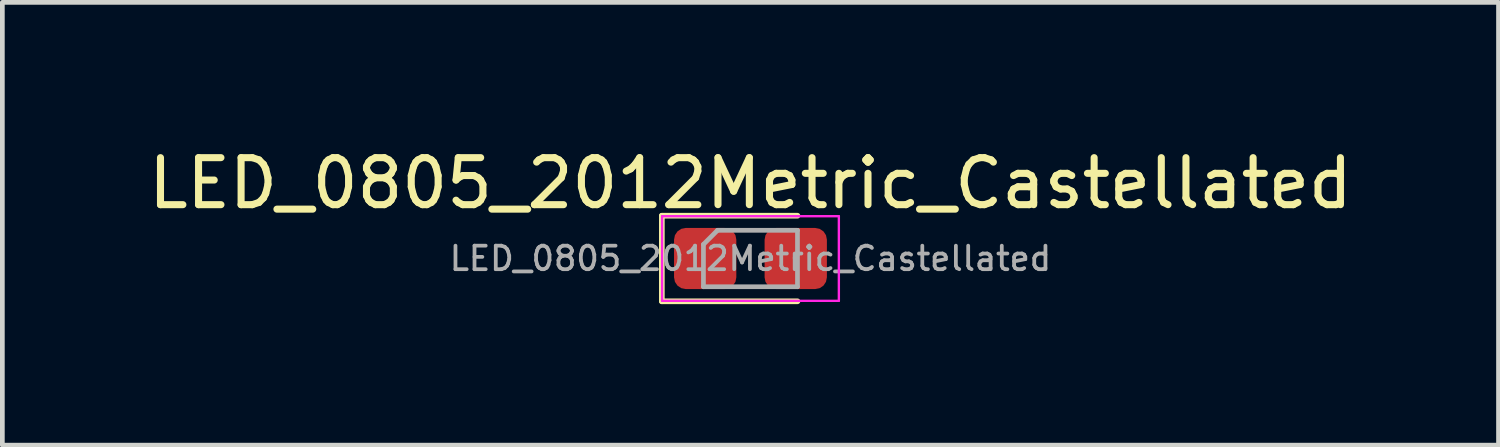
<source format=kicad_pcb>
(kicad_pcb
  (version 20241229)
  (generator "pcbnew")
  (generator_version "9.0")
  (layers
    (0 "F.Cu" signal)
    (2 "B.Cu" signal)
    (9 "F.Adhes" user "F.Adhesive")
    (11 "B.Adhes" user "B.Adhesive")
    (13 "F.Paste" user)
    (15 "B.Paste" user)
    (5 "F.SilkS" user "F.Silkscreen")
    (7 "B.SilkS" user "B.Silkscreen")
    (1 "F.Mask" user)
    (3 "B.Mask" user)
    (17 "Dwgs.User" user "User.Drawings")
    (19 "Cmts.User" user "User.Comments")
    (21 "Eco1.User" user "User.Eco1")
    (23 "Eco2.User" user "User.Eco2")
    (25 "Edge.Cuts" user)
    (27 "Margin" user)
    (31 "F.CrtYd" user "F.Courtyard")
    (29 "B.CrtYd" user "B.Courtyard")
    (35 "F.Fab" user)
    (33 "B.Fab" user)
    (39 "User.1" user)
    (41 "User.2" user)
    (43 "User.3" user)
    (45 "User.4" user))
  (footprint "LED_0805_2012Metric_Castellated"
    (layer "F.Cu")
    (at 12.911 2.448)
    (property "Reference" "LED_0805_2012Metric_Castellated" (at 0 -1.6 0) (layer "F.SilkS") (effects (font (size 1 1) (thickness 0.15))))
    (attr smd)
    (fp_line (start -1.885 -0.91) (end -1.885 0.91) (stroke (width 0.12) (type solid)) (layer "F.SilkS"))
    (fp_line (start -1.885 0.91) (end 1 0.91) (stroke (width 0.12) (type solid)) (layer "F.SilkS"))
    (fp_line (start 1 -0.91) (end -1.885 -0.91) (stroke (width 0.12) (type solid)) (layer "F.SilkS"))
    (fp_line (start -1.88 -0.9) (end 1.88 -0.9) (stroke (width 0.05) (type solid)) (layer "F.CrtYd"))
    (fp_line (start -1.88 0.9) (end -1.88 -0.9) (stroke (width 0.05) (type solid)) (layer "F.CrtYd"))
    (fp_line (start 1.88 -0.9) (end 1.88 0.9) (stroke (width 0.05) (type solid)) (layer "F.CrtYd"))
    (fp_line (start 1.88 0.9) (end -1.88 0.9) (stroke (width 0.05) (type solid)) (layer "F.CrtYd"))
    (fp_line (start -1 -0.3) (end -1 0.6) (stroke (width 0.1) (type solid)) (layer "F.Fab"))
    (fp_line (start -1 0.6) (end 1 0.6) (stroke (width 0.1) (type solid)) (layer "F.Fab"))
    (fp_line (start -0.7 -0.6) (end -1 -0.3) (stroke (width 0.1) (type solid)) (layer "F.Fab"))
    (fp_line (start 1 -0.6) (end -0.7 -0.6) (stroke (width 0.1) (type solid)) (layer "F.Fab"))
    (fp_line (start 1 0.6) (end 1 -0.6) (stroke (width 0.1) (type solid)) (layer "F.Fab"))
    (fp_text user "${REFERENCE}" (at 0 0 0) (layer "F.Fab") (effects (font (size 0.5 0.5) (thickness 0.08))))
    (pad "1" smd roundrect (at -0.963 0) (size 1.325 1.3) (layers "F.Cu" "F.Mask" "F.Paste") (roundrect_rratio 0.192))
    (pad "2" smd roundrect (at 0.963 0) (size 1.325 1.3) (layers "F.Cu" "F.Mask" "F.Paste") (roundrect_rratio 0.192)))
  (gr_rect
    (start -3 -3)
    (end 28.821 6.418)
    (stroke (width 0.1) (type default))
    (fill no)
    (layer "Edge.Cuts")))
</source>
